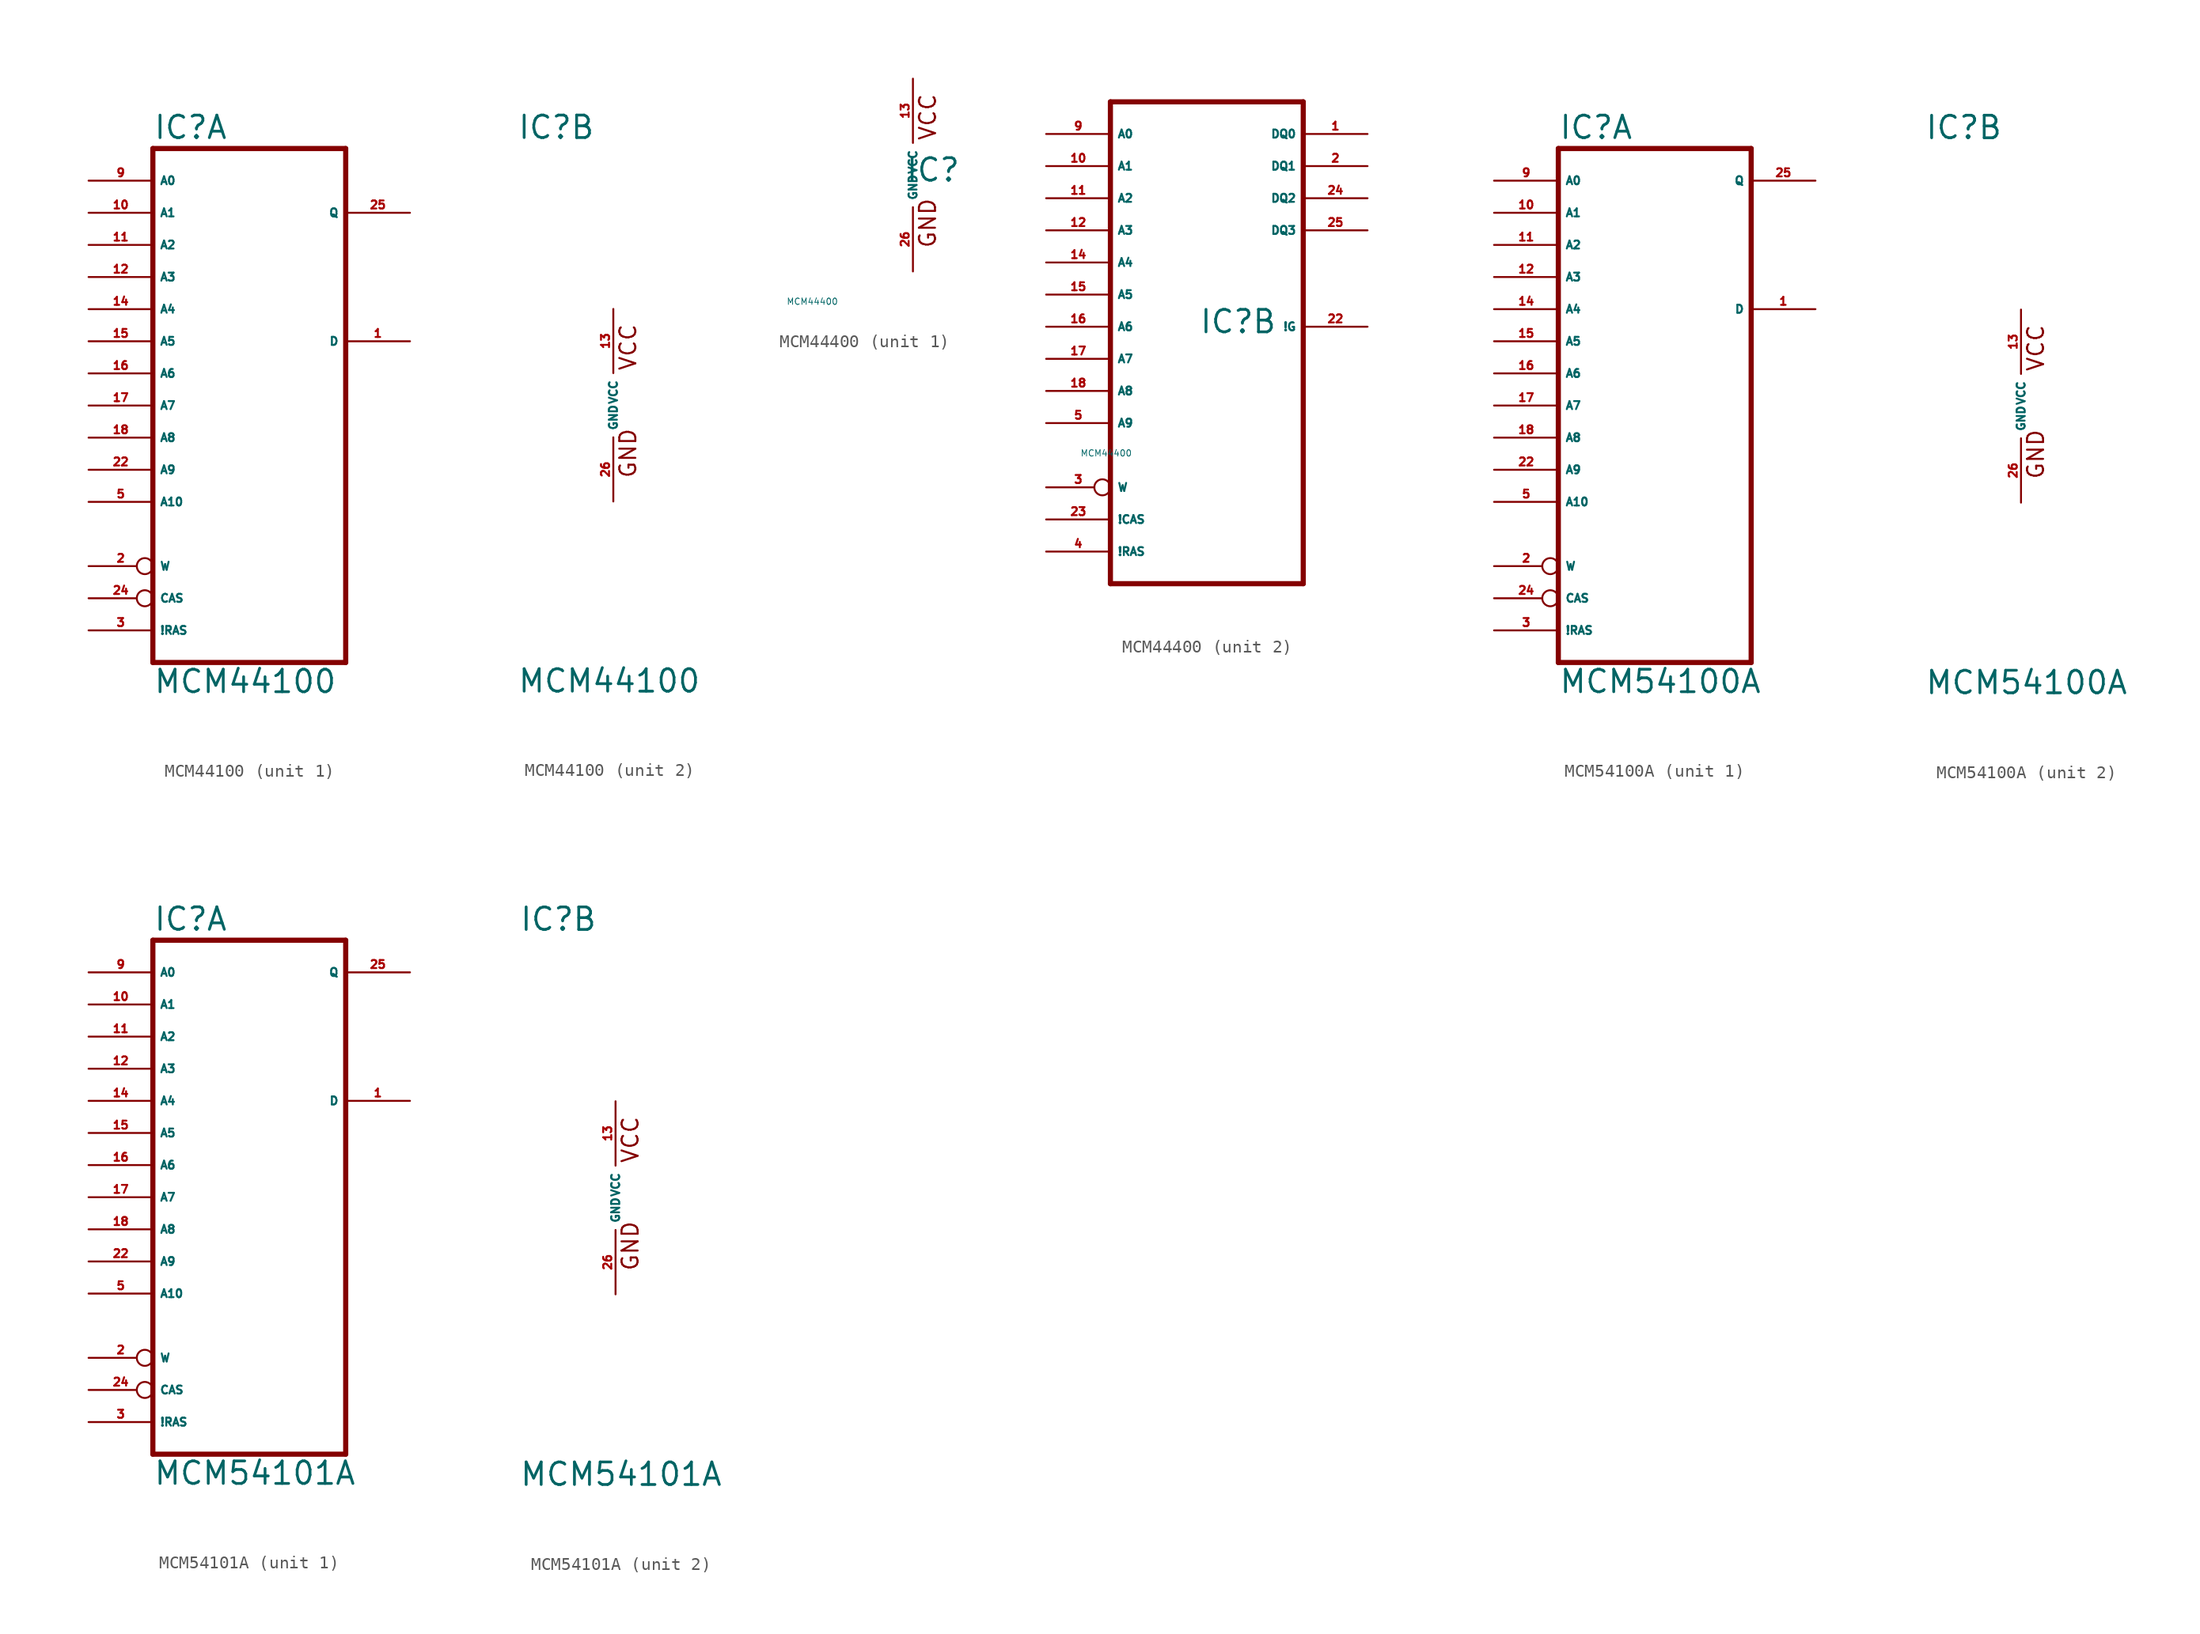
<source format=kicad_sym>
(kicad_symbol_lib
  (version 20220914)
  (generator Eagle2Kicad)
  (symbol "MCM44100"
    (property "Reference" "IC"
      (at -7.62 20.955 0)
      (effects (font (size 1.778 1.778) (thickness 0.22)) (justify left bottom)))
    (property "Value" "MCM44100"
      (at -7.62 -22.86 0)
      (effects (font (size 1.778 1.778) (thickness 0.22)) (justify left bottom)))
    (symbol "MCM44100_1_0"
      (polyline (pts (xy -7.62 20.32) (xy -7.62 -20.32)) (stroke (width 0.406) (type default)) (fill (type none)))
      (polyline (pts (xy 7.62 -20.32) (xy -7.62 -20.32)) (stroke (width 0.406) (type default)) (fill (type none)))
      (polyline (pts (xy 7.62 -20.32) (xy 7.62 20.32)) (stroke (width 0.406) (type default)) (fill (type none)))
      (polyline (pts (xy -7.62 20.32) (xy 7.62 20.32)) (stroke (width 0.406) (type default)) (fill (type none)))
      (pin input line (at -12.7 17.78 0) (length 5.08) (name "A0" (effects (font (size 0.635 0.635) (thickness 0.08)) (justify left bottom))) (number "9" (effects (font (size 0.635 0.635) (thickness 0.08)) (justify left bottom))))
      (pin input line (at -12.7 15.24 0) (length 5.08) (name "A1" (effects (font (size 0.635 0.635) (thickness 0.08)) (justify left bottom))) (number "10" (effects (font (size 0.635 0.635) (thickness 0.08)) (justify left bottom))))
      (pin input line (at -12.7 12.7 0) (length 5.08) (name "A2" (effects (font (size 0.635 0.635) (thickness 0.08)) (justify left bottom))) (number "11" (effects (font (size 0.635 0.635) (thickness 0.08)) (justify left bottom))))
      (pin input line (at -12.7 10.16 0) (length 5.08) (name "A3" (effects (font (size 0.635 0.635) (thickness 0.08)) (justify left bottom))) (number "12" (effects (font (size 0.635 0.635) (thickness 0.08)) (justify left bottom))))
      (pin input line (at -12.7 7.62 0) (length 5.08) (name "A4" (effects (font (size 0.635 0.635) (thickness 0.08)) (justify left bottom))) (number "14" (effects (font (size 0.635 0.635) (thickness 0.08)) (justify left bottom))))
      (pin input line (at -12.7 5.08 0) (length 5.08) (name "A5" (effects (font (size 0.635 0.635) (thickness 0.08)) (justify left bottom))) (number "15" (effects (font (size 0.635 0.635) (thickness 0.08)) (justify left bottom))))
      (pin input line (at -12.7 2.54 0) (length 5.08) (name "A6" (effects (font (size 0.635 0.635) (thickness 0.08)) (justify left bottom))) (number "16" (effects (font (size 0.635 0.635) (thickness 0.08)) (justify left bottom))))
      (pin input line (at -12.7 0 0) (length 5.08) (name "A7" (effects (font (size 0.635 0.635) (thickness 0.08)) (justify left bottom))) (number "17" (effects (font (size 0.635 0.635) (thickness 0.08)) (justify left bottom))))
      (pin input line (at -12.7 -2.54 0) (length 5.08) (name "A8" (effects (font (size 0.635 0.635) (thickness 0.08)) (justify left bottom))) (number "18" (effects (font (size 0.635 0.635) (thickness 0.08)) (justify left bottom))))
      (pin input inverted (at -12.7 -12.7 0) (length 5.08) (name "W" (effects (font (size 0.635 0.635) (thickness 0.08)) (justify left bottom))) (number "2" (effects (font (size 0.635 0.635) (thickness 0.08)) (justify left bottom))))
      (pin input inverted (at -12.7 -15.24 0) (length 5.08) (name "CAS" (effects (font (size 0.635 0.635) (thickness 0.08)) (justify left bottom))) (number "24" (effects (font (size 0.635 0.635) (thickness 0.08)) (justify left bottom))))
      (pin input line (at -12.7 -17.78 0) (length 5.08) (name "!RAS" (effects (font (size 0.635 0.635) (thickness 0.08)) (justify left bottom))) (number "3" (effects (font (size 0.635 0.635) (thickness 0.08)) (justify left bottom))))
      (pin input line (at 12.7 5.08 180) (length 5.08) (name "D" (effects (font (size 0.635 0.635) (thickness 0.08)) (justify left bottom))) (number "1" (effects (font (size 0.635 0.635) (thickness 0.08)) (justify left bottom))))
      (pin tri_state line (at 12.7 15.24 180) (length 5.08) (name "Q" (effects (font (size 0.635 0.635) (thickness 0.08)) (justify left bottom))) (number "25" (effects (font (size 0.635 0.635) (thickness 0.08)) (justify left bottom))))
      (pin input line (at -12.7 -5.08 0) (length 5.08) (name "A9" (effects (font (size 0.635 0.635) (thickness 0.08)) (justify left bottom))) (number "22" (effects (font (size 0.635 0.635) (thickness 0.08)) (justify left bottom))))
      (pin input line (at -12.7 -7.62 0) (length 5.08) (name "A10" (effects (font (size 0.635 0.635) (thickness 0.08)) (justify left bottom))) (number "5" (effects (font (size 0.635 0.635) (thickness 0.08)) (justify left bottom)))))
    (symbol "MCM44100_2_0"
      (text "GND" (at 1.905 -5.842 900) (effects (font (size 1.27 1.27) (thickness 0.16)) (justify left bottom)))
      (text "VCC" (at 1.905 2.667 900) (effects (font (size 1.27 1.27) (thickness 0.16)) (justify left bottom)))
      (pin unspecified line (at 0 -7.62 90) (length 5.08) (name "GND" (effects (font (size 0.635 0.635) (thickness 0.08)) (justify left bottom))) (number "26" (effects (font (size 0.635 0.635) (thickness 0.08)) (justify left bottom))))
      (pin unspecified line (at 0 7.62 270) (length 5.08) (name "VCC" (effects (font (size 0.635 0.635) (thickness 0.08)) (justify left bottom))) (number "13" (effects (font (size 0.635 0.635) (thickness 0.08)) (justify left bottom))))))
  (symbol "MCM44400"
    (property "Reference" "IC"
      (at -0.635 -0.635 0)
      (effects (font (size 1.778 1.778) (thickness 0.22)) (justify left bottom)))
    (property "Value" "MCM44400"
      (at -10 -10 0)
      (effects (font (size 0.5 0.5) (thickness 0.06)) (justify left)))
    (symbol "MCM44400_1_0"
      (text "GND" (at 1.905 -5.842 900) (effects (font (size 1.27 1.27) (thickness 0.16)) (justify left bottom)))
      (text "VCC" (at 1.905 2.667 900) (effects (font (size 1.27 1.27) (thickness 0.16)) (justify left bottom)))
      (pin unspecified line (at 0 -7.62 90) (length 5.08) (name "GND" (effects (font (size 0.635 0.635) (thickness 0.08)) (justify left bottom))) (number "26" (effects (font (size 0.635 0.635) (thickness 0.08)) (justify left bottom))))
      (pin unspecified line (at 0 7.62 270) (length 5.08) (name "VCC" (effects (font (size 0.635 0.635) (thickness 0.08)) (justify left bottom))) (number "13" (effects (font (size 0.635 0.635) (thickness 0.08)) (justify left bottom)))))
    (symbol "MCM44400_2_0"
      (polyline (pts (xy -7.62 17.78) (xy -7.62 -20.32)) (stroke (width 0.406) (type default)) (fill (type none)))
      (polyline (pts (xy 7.62 -20.32) (xy -7.62 -20.32)) (stroke (width 0.406) (type default)) (fill (type none)))
      (polyline (pts (xy 7.62 -20.32) (xy 7.62 17.78)) (stroke (width 0.406) (type default)) (fill (type none)))
      (polyline (pts (xy -7.62 17.78) (xy 7.62 17.78)) (stroke (width 0.406) (type default)) (fill (type none)))
      (pin input line (at -12.7 15.24 0) (length 5.08) (name "A0" (effects (font (size 0.635 0.635) (thickness 0.08)) (justify left bottom))) (number "9" (effects (font (size 0.635 0.635) (thickness 0.08)) (justify left bottom))))
      (pin input line (at -12.7 12.7 0) (length 5.08) (name "A1" (effects (font (size 0.635 0.635) (thickness 0.08)) (justify left bottom))) (number "10" (effects (font (size 0.635 0.635) (thickness 0.08)) (justify left bottom))))
      (pin input line (at -12.7 10.16 0) (length 5.08) (name "A2" (effects (font (size 0.635 0.635) (thickness 0.08)) (justify left bottom))) (number "11" (effects (font (size 0.635 0.635) (thickness 0.08)) (justify left bottom))))
      (pin input line (at -12.7 7.62 0) (length 5.08) (name "A3" (effects (font (size 0.635 0.635) (thickness 0.08)) (justify left bottom))) (number "12" (effects (font (size 0.635 0.635) (thickness 0.08)) (justify left bottom))))
      (pin input line (at -12.7 5.08 0) (length 5.08) (name "A4" (effects (font (size 0.635 0.635) (thickness 0.08)) (justify left bottom))) (number "14" (effects (font (size 0.635 0.635) (thickness 0.08)) (justify left bottom))))
      (pin input line (at -12.7 2.54 0) (length 5.08) (name "A5" (effects (font (size 0.635 0.635) (thickness 0.08)) (justify left bottom))) (number "15" (effects (font (size 0.635 0.635) (thickness 0.08)) (justify left bottom))))
      (pin input line (at -12.7 0 0) (length 5.08) (name "A6" (effects (font (size 0.635 0.635) (thickness 0.08)) (justify left bottom))) (number "16" (effects (font (size 0.635 0.635) (thickness 0.08)) (justify left bottom))))
      (pin input line (at -12.7 -2.54 0) (length 5.08) (name "A7" (effects (font (size 0.635 0.635) (thickness 0.08)) (justify left bottom))) (number "17" (effects (font (size 0.635 0.635) (thickness 0.08)) (justify left bottom))))
      (pin input line (at -12.7 -5.08 0) (length 5.08) (name "A8" (effects (font (size 0.635 0.635) (thickness 0.08)) (justify left bottom))) (number "18" (effects (font (size 0.635 0.635) (thickness 0.08)) (justify left bottom))))
      (pin input line (at -12.7 -7.62 0) (length 5.08) (name "A9" (effects (font (size 0.635 0.635) (thickness 0.08)) (justify left bottom))) (number "5" (effects (font (size 0.635 0.635) (thickness 0.08)) (justify left bottom))))
      (pin bidirectional line (at 12.7 12.7 180) (length 5.08) (name "DQ1" (effects (font (size 0.635 0.635) (thickness 0.08)) (justify left bottom))) (number "2" (effects (font (size 0.635 0.635) (thickness 0.08)) (justify left bottom))))
      (pin input inverted (at -12.7 -12.7 0) (length 5.08) (name "W" (effects (font (size 0.635 0.635) (thickness 0.08)) (justify left bottom))) (number "3" (effects (font (size 0.635 0.635) (thickness 0.08)) (justify left bottom))))
      (pin input line (at -12.7 -15.24 0) (length 5.08) (name "!CAS" (effects (font (size 0.635 0.635) (thickness 0.08)) (justify left bottom))) (number "23" (effects (font (size 0.635 0.635) (thickness 0.08)) (justify left bottom))))
      (pin input line (at -12.7 -17.78 0) (length 5.08) (name "!RAS" (effects (font (size 0.635 0.635) (thickness 0.08)) (justify left bottom))) (number "4" (effects (font (size 0.635 0.635) (thickness 0.08)) (justify left bottom))))
      (pin bidirectional line (at 12.7 15.24 180) (length 5.08) (name "DQ0" (effects (font (size 0.635 0.635) (thickness 0.08)) (justify left bottom))) (number "1" (effects (font (size 0.635 0.635) (thickness 0.08)) (justify left bottom))))
      (pin input line (at 12.7 0 180) (length 5.08) (name "!G" (effects (font (size 0.635 0.635) (thickness 0.08)) (justify left bottom))) (number "22" (effects (font (size 0.635 0.635) (thickness 0.08)) (justify left bottom))))
      (pin bidirectional line (at 12.7 10.16 180) (length 5.08) (name "DQ2" (effects (font (size 0.635 0.635) (thickness 0.08)) (justify left bottom))) (number "24" (effects (font (size 0.635 0.635) (thickness 0.08)) (justify left bottom))))
      (pin bidirectional line (at 12.7 7.62 180) (length 5.08) (name "DQ3" (effects (font (size 0.635 0.635) (thickness 0.08)) (justify left bottom))) (number "25" (effects (font (size 0.635 0.635) (thickness 0.08)) (justify left bottom))))))
  (symbol "MCM54100A"
    (property "Reference" "IC"
      (at -7.62 20.955 0)
      (effects (font (size 1.778 1.778) (thickness 0.22)) (justify left bottom)))
    (property "Value" "MCM54100A"
      (at -7.62 -22.86 0)
      (effects (font (size 1.778 1.778) (thickness 0.22)) (justify left bottom)))
    (symbol "MCM54100A_1_0"
      (polyline (pts (xy -7.62 20.32) (xy -7.62 -20.32)) (stroke (width 0.406) (type default)) (fill (type none)))
      (polyline (pts (xy 7.62 -20.32) (xy -7.62 -20.32)) (stroke (width 0.406) (type default)) (fill (type none)))
      (polyline (pts (xy 7.62 -20.32) (xy 7.62 20.32)) (stroke (width 0.406) (type default)) (fill (type none)))
      (polyline (pts (xy -7.62 20.32) (xy 7.62 20.32)) (stroke (width 0.406) (type default)) (fill (type none)))
      (pin input line (at -12.7 17.78 0) (length 5.08) (name "A0" (effects (font (size 0.635 0.635) (thickness 0.08)) (justify left bottom))) (number "9" (effects (font (size 0.635 0.635) (thickness 0.08)) (justify left bottom))))
      (pin input line (at -12.7 15.24 0) (length 5.08) (name "A1" (effects (font (size 0.635 0.635) (thickness 0.08)) (justify left bottom))) (number "10" (effects (font (size 0.635 0.635) (thickness 0.08)) (justify left bottom))))
      (pin input line (at -12.7 12.7 0) (length 5.08) (name "A2" (effects (font (size 0.635 0.635) (thickness 0.08)) (justify left bottom))) (number "11" (effects (font (size 0.635 0.635) (thickness 0.08)) (justify left bottom))))
      (pin input line (at -12.7 10.16 0) (length 5.08) (name "A3" (effects (font (size 0.635 0.635) (thickness 0.08)) (justify left bottom))) (number "12" (effects (font (size 0.635 0.635) (thickness 0.08)) (justify left bottom))))
      (pin input line (at -12.7 7.62 0) (length 5.08) (name "A4" (effects (font (size 0.635 0.635) (thickness 0.08)) (justify left bottom))) (number "14" (effects (font (size 0.635 0.635) (thickness 0.08)) (justify left bottom))))
      (pin input line (at -12.7 5.08 0) (length 5.08) (name "A5" (effects (font (size 0.635 0.635) (thickness 0.08)) (justify left bottom))) (number "15" (effects (font (size 0.635 0.635) (thickness 0.08)) (justify left bottom))))
      (pin input line (at -12.7 2.54 0) (length 5.08) (name "A6" (effects (font (size 0.635 0.635) (thickness 0.08)) (justify left bottom))) (number "16" (effects (font (size 0.635 0.635) (thickness 0.08)) (justify left bottom))))
      (pin input line (at -12.7 0 0) (length 5.08) (name "A7" (effects (font (size 0.635 0.635) (thickness 0.08)) (justify left bottom))) (number "17" (effects (font (size 0.635 0.635) (thickness 0.08)) (justify left bottom))))
      (pin input line (at -12.7 -2.54 0) (length 5.08) (name "A8" (effects (font (size 0.635 0.635) (thickness 0.08)) (justify left bottom))) (number "18" (effects (font (size 0.635 0.635) (thickness 0.08)) (justify left bottom))))
      (pin input line (at -12.7 -5.08 0) (length 5.08) (name "A9" (effects (font (size 0.635 0.635) (thickness 0.08)) (justify left bottom))) (number "22" (effects (font (size 0.635 0.635) (thickness 0.08)) (justify left bottom))))
      (pin input line (at -12.7 -7.62 0) (length 5.08) (name "A10" (effects (font (size 0.635 0.635) (thickness 0.08)) (justify left bottom))) (number "5" (effects (font (size 0.635 0.635) (thickness 0.08)) (justify left bottom))))
      (pin input inverted (at -12.7 -12.7 0) (length 5.08) (name "W" (effects (font (size 0.635 0.635) (thickness 0.08)) (justify left bottom))) (number "2" (effects (font (size 0.635 0.635) (thickness 0.08)) (justify left bottom))))
      (pin input inverted (at -12.7 -15.24 0) (length 5.08) (name "CAS" (effects (font (size 0.635 0.635) (thickness 0.08)) (justify left bottom))) (number "24" (effects (font (size 0.635 0.635) (thickness 0.08)) (justify left bottom))))
      (pin input line (at -12.7 -17.78 0) (length 5.08) (name "!RAS" (effects (font (size 0.635 0.635) (thickness 0.08)) (justify left bottom))) (number "3" (effects (font (size 0.635 0.635) (thickness 0.08)) (justify left bottom))))
      (pin input line (at 12.7 7.62 180) (length 5.08) (name "D" (effects (font (size 0.635 0.635) (thickness 0.08)) (justify left bottom))) (number "1" (effects (font (size 0.635 0.635) (thickness 0.08)) (justify left bottom))))
      (pin tri_state line (at 12.7 17.78 180) (length 5.08) (name "Q" (effects (font (size 0.635 0.635) (thickness 0.08)) (justify left bottom))) (number "25" (effects (font (size 0.635 0.635) (thickness 0.08)) (justify left bottom)))))
    (symbol "MCM54100A_2_0"
      (text "GND" (at 1.905 -5.842 900) (effects (font (size 1.27 1.27) (thickness 0.16)) (justify left bottom)))
      (text "VCC" (at 1.905 2.667 900) (effects (font (size 1.27 1.27) (thickness 0.16)) (justify left bottom)))
      (pin unspecified line (at 0 -7.62 90) (length 5.08) (name "GND" (effects (font (size 0.635 0.635) (thickness 0.08)) (justify left bottom))) (number "26" (effects (font (size 0.635 0.635) (thickness 0.08)) (justify left bottom))))
      (pin unspecified line (at 0 7.62 270) (length 5.08) (name "VCC" (effects (font (size 0.635 0.635) (thickness 0.08)) (justify left bottom))) (number "13" (effects (font (size 0.635 0.635) (thickness 0.08)) (justify left bottom))))))
  (symbol "MCM54101A"
    (property "Reference" "IC"
      (at -7.62 20.955 0)
      (effects (font (size 1.778 1.778) (thickness 0.22)) (justify left bottom)))
    (property "Value" "MCM54101A"
      (at -7.62 -22.86 0)
      (effects (font (size 1.778 1.778) (thickness 0.22)) (justify left bottom)))
    (symbol "MCM54101A_1_0"
      (polyline (pts (xy -7.62 20.32) (xy -7.62 -20.32)) (stroke (width 0.406) (type default)) (fill (type none)))
      (polyline (pts (xy 7.62 -20.32) (xy -7.62 -20.32)) (stroke (width 0.406) (type default)) (fill (type none)))
      (polyline (pts (xy 7.62 -20.32) (xy 7.62 20.32)) (stroke (width 0.406) (type default)) (fill (type none)))
      (polyline (pts (xy -7.62 20.32) (xy 7.62 20.32)) (stroke (width 0.406) (type default)) (fill (type none)))
      (pin input line (at -12.7 17.78 0) (length 5.08) (name "A0" (effects (font (size 0.635 0.635) (thickness 0.08)) (justify left bottom))) (number "9" (effects (font (size 0.635 0.635) (thickness 0.08)) (justify left bottom))))
      (pin input line (at -12.7 15.24 0) (length 5.08) (name "A1" (effects (font (size 0.635 0.635) (thickness 0.08)) (justify left bottom))) (number "10" (effects (font (size 0.635 0.635) (thickness 0.08)) (justify left bottom))))
      (pin input line (at -12.7 12.7 0) (length 5.08) (name "A2" (effects (font (size 0.635 0.635) (thickness 0.08)) (justify left bottom))) (number "11" (effects (font (size 0.635 0.635) (thickness 0.08)) (justify left bottom))))
      (pin input line (at -12.7 10.16 0) (length 5.08) (name "A3" (effects (font (size 0.635 0.635) (thickness 0.08)) (justify left bottom))) (number "12" (effects (font (size 0.635 0.635) (thickness 0.08)) (justify left bottom))))
      (pin input line (at -12.7 7.62 0) (length 5.08) (name "A4" (effects (font (size 0.635 0.635) (thickness 0.08)) (justify left bottom))) (number "14" (effects (font (size 0.635 0.635) (thickness 0.08)) (justify left bottom))))
      (pin input line (at -12.7 5.08 0) (length 5.08) (name "A5" (effects (font (size 0.635 0.635) (thickness 0.08)) (justify left bottom))) (number "15" (effects (font (size 0.635 0.635) (thickness 0.08)) (justify left bottom))))
      (pin input line (at -12.7 2.54 0) (length 5.08) (name "A6" (effects (font (size 0.635 0.635) (thickness 0.08)) (justify left bottom))) (number "16" (effects (font (size 0.635 0.635) (thickness 0.08)) (justify left bottom))))
      (pin input line (at -12.7 0 0) (length 5.08) (name "A7" (effects (font (size 0.635 0.635) (thickness 0.08)) (justify left bottom))) (number "17" (effects (font (size 0.635 0.635) (thickness 0.08)) (justify left bottom))))
      (pin input line (at -12.7 -2.54 0) (length 5.08) (name "A8" (effects (font (size 0.635 0.635) (thickness 0.08)) (justify left bottom))) (number "18" (effects (font (size 0.635 0.635) (thickness 0.08)) (justify left bottom))))
      (pin input line (at -12.7 -5.08 0) (length 5.08) (name "A9" (effects (font (size 0.635 0.635) (thickness 0.08)) (justify left bottom))) (number "22" (effects (font (size 0.635 0.635) (thickness 0.08)) (justify left bottom))))
      (pin input line (at -12.7 -7.62 0) (length 5.08) (name "A10" (effects (font (size 0.635 0.635) (thickness 0.08)) (justify left bottom))) (number "5" (effects (font (size 0.635 0.635) (thickness 0.08)) (justify left bottom))))
      (pin input inverted (at -12.7 -12.7 0) (length 5.08) (name "W" (effects (font (size 0.635 0.635) (thickness 0.08)) (justify left bottom))) (number "2" (effects (font (size 0.635 0.635) (thickness 0.08)) (justify left bottom))))
      (pin input inverted (at -12.7 -15.24 0) (length 5.08) (name "CAS" (effects (font (size 0.635 0.635) (thickness 0.08)) (justify left bottom))) (number "24" (effects (font (size 0.635 0.635) (thickness 0.08)) (justify left bottom))))
      (pin input line (at -12.7 -17.78 0) (length 5.08) (name "!RAS" (effects (font (size 0.635 0.635) (thickness 0.08)) (justify left bottom))) (number "3" (effects (font (size 0.635 0.635) (thickness 0.08)) (justify left bottom))))
      (pin input line (at 12.7 7.62 180) (length 5.08) (name "D" (effects (font (size 0.635 0.635) (thickness 0.08)) (justify left bottom))) (number "1" (effects (font (size 0.635 0.635) (thickness 0.08)) (justify left bottom))))
      (pin tri_state line (at 12.7 17.78 180) (length 5.08) (name "Q" (effects (font (size 0.635 0.635) (thickness 0.08)) (justify left bottom))) (number "25" (effects (font (size 0.635 0.635) (thickness 0.08)) (justify left bottom)))))
    (symbol "MCM54101A_2_0"
      (text "GND" (at 1.905 -5.842 900) (effects (font (size 1.27 1.27) (thickness 0.16)) (justify left bottom)))
      (text "VCC" (at 1.905 2.667 900) (effects (font (size 1.27 1.27) (thickness 0.16)) (justify left bottom)))
      (pin unspecified line (at 0 -7.62 90) (length 5.08) (name "GND" (effects (font (size 0.635 0.635) (thickness 0.08)) (justify left bottom))) (number "26" (effects (font (size 0.635 0.635) (thickness 0.08)) (justify left bottom))))
      (pin unspecified line (at 0 7.62 270) (length 5.08) (name "VCC" (effects (font (size 0.635 0.635) (thickness 0.08)) (justify left bottom))) (number "13" (effects (font (size 0.635 0.635) (thickness 0.08)) (justify left bottom)))))))
</source>
